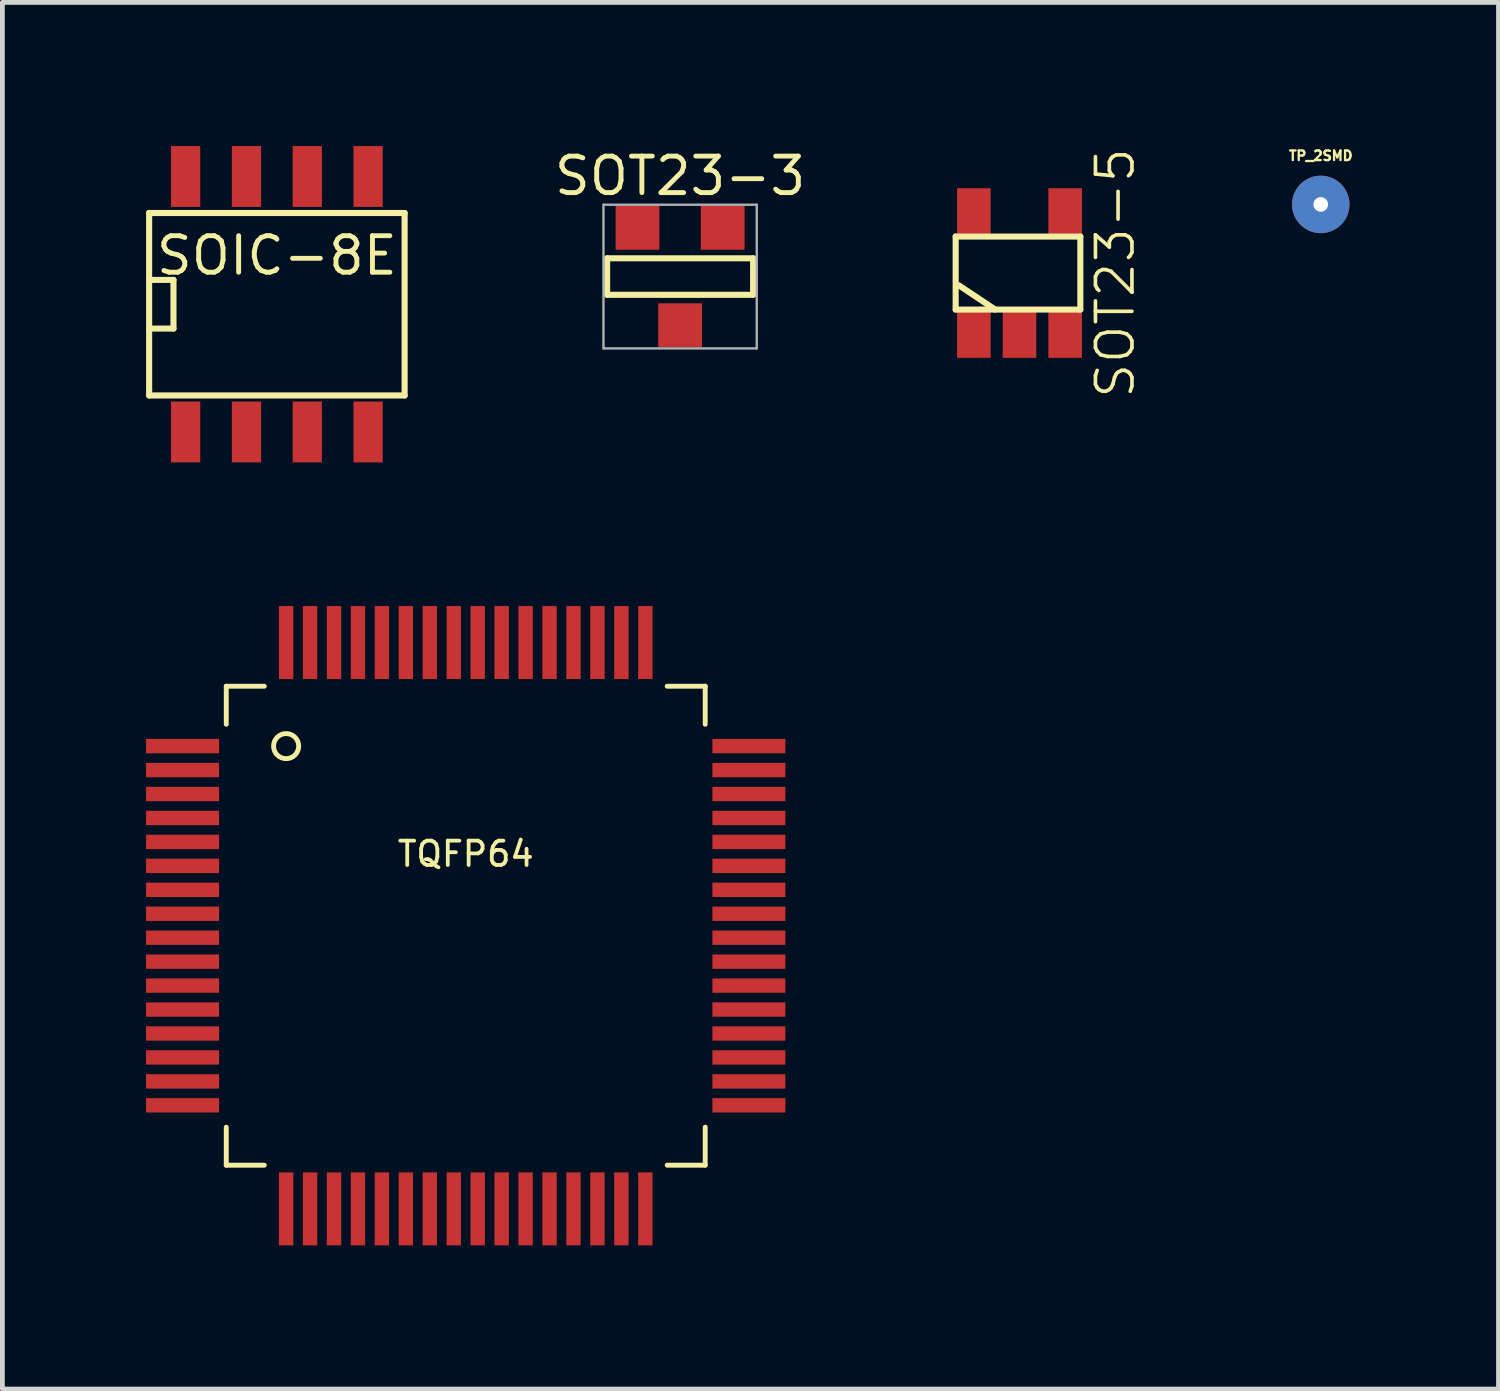
<source format=kicad_pcb>
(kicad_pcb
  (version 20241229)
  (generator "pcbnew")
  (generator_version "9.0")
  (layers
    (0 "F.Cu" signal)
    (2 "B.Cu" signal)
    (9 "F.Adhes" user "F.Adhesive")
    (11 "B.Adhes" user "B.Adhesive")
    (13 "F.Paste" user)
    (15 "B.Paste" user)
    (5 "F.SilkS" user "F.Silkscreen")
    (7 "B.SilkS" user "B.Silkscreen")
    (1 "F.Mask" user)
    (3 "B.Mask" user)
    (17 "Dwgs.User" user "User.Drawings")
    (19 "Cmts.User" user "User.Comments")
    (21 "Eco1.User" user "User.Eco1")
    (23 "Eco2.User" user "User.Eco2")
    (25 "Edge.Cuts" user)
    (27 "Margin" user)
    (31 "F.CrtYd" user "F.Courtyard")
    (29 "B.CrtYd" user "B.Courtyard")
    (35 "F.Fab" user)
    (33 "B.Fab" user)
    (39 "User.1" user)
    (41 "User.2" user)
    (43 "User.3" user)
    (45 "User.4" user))
  (footprint "TQFP64"
    (layer "F.Cu")
    (at 6.674 16.278)
    (property "Reference" "TQFP64" (at 0 -1.499 0) (layer "F.SilkS") (effects (font (size 0.508 0.508) (thickness 0.079))))
    (attr through_hole)
    (fp_line (start -5 -5) (end -5 -4.206) (stroke (width 0.102) (type solid)) (layer "F.SilkS"))
    (fp_line (start -5 5) (end -5 4.206) (stroke (width 0.102) (type solid)) (layer "F.SilkS"))
    (fp_line (start -4.206 -5) (end -5 -5) (stroke (width 0.102) (type solid)) (layer "F.SilkS"))
    (fp_line (start -4.206 5) (end -5 5) (stroke (width 0.102) (type solid)) (layer "F.SilkS"))
    (fp_line (start 4.206 5) (end 5 5) (stroke (width 0.102) (type solid)) (layer "F.SilkS"))
    (fp_line (start 5 -5) (end 4.206 -5) (stroke (width 0.102) (type solid)) (layer "F.SilkS"))
    (fp_line (start 5 -4.206) (end 5 -5) (stroke (width 0.102) (type solid)) (layer "F.SilkS"))
    (fp_line (start 5 5) (end 5 4.206) (stroke (width 0.102) (type solid)) (layer "F.SilkS"))
    (fp_circle (center -3.75 -3.75) (end -4.003 -3.818) (stroke (width 0.102) (type solid)) (fill no) (layer "F.SilkS"))
    (pad "1" smd rect (at -5.912 -3.75 90) (size 0.3 1.524) (layers "F.Cu" "F.Mask" "F.Paste"))
    (pad "2" smd rect (at -5.912 -3.25 90) (size 0.3 1.524) (layers "F.Cu" "F.Mask" "F.Paste"))
    (pad "3" smd rect (at -5.912 -2.75 90) (size 0.3 1.524) (layers "F.Cu" "F.Mask" "F.Paste"))
    (pad "4" smd rect (at -5.912 -2.25 90) (size 0.3 1.524) (layers "F.Cu" "F.Mask" "F.Paste"))
    (pad "5" smd rect (at -5.912 -1.75 90) (size 0.3 1.524) (layers "F.Cu" "F.Mask" "F.Paste"))
    (pad "6" smd rect (at -5.912 -1.25 90) (size 0.3 1.524) (layers "F.Cu" "F.Mask" "F.Paste"))
    (pad "7" smd rect (at -5.912 -0.75 90) (size 0.3 1.524) (layers "F.Cu" "F.Mask" "F.Paste"))
    (pad "8" smd rect (at -5.912 -0.25 90) (size 0.3 1.524) (layers "F.Cu" "F.Mask" "F.Paste"))
    (pad "9" smd rect (at -5.912 0.25 90) (size 0.3 1.524) (layers "F.Cu" "F.Mask" "F.Paste"))
    (pad "10" smd rect (at -5.912 0.75 90) (size 0.3 1.524) (layers "F.Cu" "F.Mask" "F.Paste"))
    (pad "11" smd rect (at -5.912 1.25 90) (size 0.3 1.524) (layers "F.Cu" "F.Mask" "F.Paste"))
    (pad "12" smd rect (at -5.912 1.75 90) (size 0.3 1.524) (layers "F.Cu" "F.Mask" "F.Paste"))
    (pad "13" smd rect (at -5.912 2.25 90) (size 0.3 1.524) (layers "F.Cu" "F.Mask" "F.Paste"))
    (pad "14" smd rect (at -5.912 2.75 90) (size 0.3 1.524) (layers "F.Cu" "F.Mask" "F.Paste"))
    (pad "15" smd rect (at -5.912 3.25 90) (size 0.3 1.524) (layers "F.Cu" "F.Mask" "F.Paste"))
    (pad "16" smd rect (at -5.912 3.75 90) (size 0.3 1.524) (layers "F.Cu" "F.Mask" "F.Paste"))
    (pad "17" smd rect (at -3.75 5.912) (size 0.3 1.524) (layers "F.Cu" "F.Mask" "F.Paste"))
    (pad "18" smd rect (at -3.25 5.912) (size 0.3 1.524) (layers "F.Cu" "F.Mask" "F.Paste"))
    (pad "19" smd rect (at -2.75 5.912) (size 0.3 1.524) (layers "F.Cu" "F.Mask" "F.Paste"))
    (pad "20" smd rect (at -2.25 5.912) (size 0.3 1.524) (layers "F.Cu" "F.Mask" "F.Paste"))
    (pad "21" smd rect (at -1.75 5.912) (size 0.3 1.524) (layers "F.Cu" "F.Mask" "F.Paste"))
    (pad "22" smd rect (at -1.25 5.912) (size 0.3 1.524) (layers "F.Cu" "F.Mask" "F.Paste"))
    (pad "23" smd rect (at -0.75 5.912) (size 0.3 1.524) (layers "F.Cu" "F.Mask" "F.Paste"))
    (pad "24" smd rect (at -0.25 5.912) (size 0.3 1.524) (layers "F.Cu" "F.Mask" "F.Paste"))
    (pad "25" smd rect (at 0.25 5.912) (size 0.3 1.524) (layers "F.Cu" "F.Mask" "F.Paste"))
    (pad "26" smd rect (at 0.75 5.912) (size 0.3 1.524) (layers "F.Cu" "F.Mask" "F.Paste"))
    (pad "27" smd rect (at 1.25 5.912) (size 0.3 1.524) (layers "F.Cu" "F.Mask" "F.Paste"))
    (pad "28" smd rect (at 1.75 5.912) (size 0.3 1.524) (layers "F.Cu" "F.Mask" "F.Paste"))
    (pad "29" smd rect (at 2.25 5.912) (size 0.3 1.524) (layers "F.Cu" "F.Mask" "F.Paste"))
    (pad "30" smd rect (at 2.75 5.912) (size 0.3 1.524) (layers "F.Cu" "F.Mask" "F.Paste"))
    (pad "31" smd rect (at 3.25 5.912) (size 0.3 1.524) (layers "F.Cu" "F.Mask" "F.Paste"))
    (pad "32" smd rect (at 3.75 5.912) (size 0.3 1.524) (layers "F.Cu" "F.Mask" "F.Paste"))
    (pad "33" smd rect (at 5.912 3.75 270) (size 0.3 1.524) (layers "F.Cu" "F.Mask" "F.Paste"))
    (pad "34" smd rect (at 5.912 3.25 270) (size 0.3 1.524) (layers "F.Cu" "F.Mask" "F.Paste"))
    (pad "35" smd rect (at 5.912 2.75 270) (size 0.3 1.524) (layers "F.Cu" "F.Mask" "F.Paste"))
    (pad "36" smd rect (at 5.912 2.25 270) (size 0.3 1.524) (layers "F.Cu" "F.Mask" "F.Paste"))
    (pad "37" smd rect (at 5.912 1.75 270) (size 0.3 1.524) (layers "F.Cu" "F.Mask" "F.Paste"))
    (pad "38" smd rect (at 5.912 1.25 270) (size 0.3 1.524) (layers "F.Cu" "F.Mask" "F.Paste"))
    (pad "39" smd rect (at 5.912 0.75 270) (size 0.3 1.524) (layers "F.Cu" "F.Mask" "F.Paste"))
    (pad "40" smd rect (at 5.912 0.25 270) (size 0.3 1.524) (layers "F.Cu" "F.Mask" "F.Paste"))
    (pad "41" smd rect (at 5.912 -0.25 270) (size 0.3 1.524) (layers "F.Cu" "F.Mask" "F.Paste"))
    (pad "42" smd rect (at 5.912 -0.75 270) (size 0.3 1.524) (layers "F.Cu" "F.Mask" "F.Paste"))
    (pad "43" smd rect (at 5.912 -1.25 270) (size 0.3 1.524) (layers "F.Cu" "F.Mask" "F.Paste"))
    (pad "44" smd rect (at 5.912 -1.75 270) (size 0.3 1.524) (layers "F.Cu" "F.Mask" "F.Paste"))
    (pad "45" smd rect (at 5.912 -2.25 270) (size 0.3 1.524) (layers "F.Cu" "F.Mask" "F.Paste"))
    (pad "46" smd rect (at 5.912 -2.75 270) (size 0.3 1.524) (layers "F.Cu" "F.Mask" "F.Paste"))
    (pad "47" smd rect (at 5.912 -3.25 270) (size 0.3 1.524) (layers "F.Cu" "F.Mask" "F.Paste"))
    (pad "48" smd rect (at 5.912 -3.75 270) (size 0.3 1.524) (layers "F.Cu" "F.Mask" "F.Paste"))
    (pad "49" smd rect (at 3.75 -5.912 180) (size 0.3 1.524) (layers "F.Cu" "F.Mask" "F.Paste"))
    (pad "50" smd rect (at 3.25 -5.912 180) (size 0.3 1.524) (layers "F.Cu" "F.Mask" "F.Paste"))
    (pad "51" smd rect (at 2.75 -5.912 180) (size 0.3 1.524) (layers "F.Cu" "F.Mask" "F.Paste"))
    (pad "52" smd rect (at 2.25 -5.912 180) (size 0.3 1.524) (layers "F.Cu" "F.Mask" "F.Paste"))
    (pad "53" smd rect (at 1.75 -5.912 180) (size 0.3 1.524) (layers "F.Cu" "F.Mask" "F.Paste"))
    (pad "54" smd rect (at 1.25 -5.912 180) (size 0.3 1.524) (layers "F.Cu" "F.Mask" "F.Paste"))
    (pad "55" smd rect (at 0.75 -5.912 180) (size 0.3 1.524) (layers "F.Cu" "F.Mask" "F.Paste"))
    (pad "56" smd rect (at 0.25 -5.912 180) (size 0.3 1.524) (layers "F.Cu" "F.Mask" "F.Paste"))
    (pad "57" smd rect (at -0.25 -5.912 180) (size 0.3 1.524) (layers "F.Cu" "F.Mask" "F.Paste"))
    (pad "58" smd rect (at -0.75 -5.912 180) (size 0.3 1.524) (layers "F.Cu" "F.Mask" "F.Paste"))
    (pad "59" smd rect (at -1.25 -5.912 180) (size 0.3 1.524) (layers "F.Cu" "F.Mask" "F.Paste"))
    (pad "60" smd rect (at -1.75 -5.912 180) (size 0.3 1.524) (layers "F.Cu" "F.Mask" "F.Paste"))
    (pad "61" smd rect (at -2.25 -5.912 180) (size 0.3 1.524) (layers "F.Cu" "F.Mask" "F.Paste"))
    (pad "62" smd rect (at -2.75 -5.912 180) (size 0.3 1.524) (layers "F.Cu" "F.Mask" "F.Paste"))
    (pad "63" smd rect (at -3.25 -5.912 180) (size 0.3 1.524) (layers "F.Cu" "F.Mask" "F.Paste"))
    (pad "64" smd rect (at -3.75 -5.912 180) (size 0.3 1.524) (layers "F.Cu" "F.Mask" "F.Paste")))
  (footprint "SOT23-3"
    (layer "F.Cu")
    (at 11.15 2.724)
    (property "Reference" "SOT23-3" (at 0 -2.1 0) (layer "F.SilkS") (effects (font (size 0.762 0.762) (thickness 0.102))))
    (attr smd)
    (fp_line (start -1.524 -0.381) (end 1.524 -0.381) (stroke (width 0.127) (type solid)) (layer "F.SilkS"))
    (fp_line (start -1.524 0.381) (end -1.524 -0.381) (stroke (width 0.127) (type solid)) (layer "F.SilkS"))
    (fp_line (start 1.524 -0.381) (end 1.524 0.381) (stroke (width 0.127) (type solid)) (layer "F.SilkS"))
    (fp_line (start 1.524 0.381) (end -1.524 0.381) (stroke (width 0.127) (type solid)) (layer "F.SilkS"))
    (fp_line (start -1.6 -1.5) (end 1.6 -1.5) (stroke (width 0.05) (type solid)) (layer "F.Fab"))
    (fp_line (start -1.6 1.5) (end -1.6 -1.5) (stroke (width 0.05) (type solid)) (layer "F.Fab"))
    (fp_line (start 1.6 -1.5) (end 1.6 1.5) (stroke (width 0.05) (type solid)) (layer "F.Fab"))
    (fp_line (start 1.6 1.5) (end -1.6 1.5) (stroke (width 0.05) (type solid)) (layer "F.Fab"))
    (pad "1" smd rect (at 0.889 -1.016) (size 0.914 0.914) (layers "F.Cu" "F.Mask" "F.Paste"))
    (pad "2" smd rect (at -0.889 -1.016) (size 0.914 0.914) (layers "F.Cu" "F.Mask" "F.Paste"))
    (pad "3" smd rect (at 0 1.016) (size 0.914 0.914) (layers "F.Cu" "F.Mask" "F.Paste")))
  (footprint "SOT23-5"
    (layer "F.Cu")
    (at 18.236 2.651)
    (property "Reference" "SOT23-5" (at 1.999 0 90) (layer "F.SilkS") (effects (font (size 0.762 0.762) (thickness 0.076))))
    (attr through_hole)
    (fp_line (start -1.333 -0.762) (end 1.27 -0.762) (stroke (width 0.127) (type solid)) (layer "F.SilkS"))
    (fp_line (start -1.333 0.762) (end -1.333 -0.762) (stroke (width 0.127) (type solid)) (layer "F.SilkS"))
    (fp_line (start -0.508 0.762) (end -1.27 0.254) (stroke (width 0.127) (type solid)) (layer "F.SilkS"))
    (fp_line (start 1.27 -0.762) (end 1.27 0.762) (stroke (width 0.127) (type solid)) (layer "F.SilkS"))
    (fp_line (start 1.27 0.762) (end -1.333 0.762) (stroke (width 0.127) (type solid)) (layer "F.SilkS"))
    (pad "1" smd rect (at -0.953 1.27) (size 0.701 1.001) (layers "F.Cu" "F.Mask" "F.Paste"))
    (pad "2" smd rect (at 0 1.27) (size 0.701 1.001) (layers "F.Cu" "F.Mask" "F.Paste"))
    (pad "3" smd rect (at 0.953 1.27) (size 0.701 1.001) (layers "F.Cu" "F.Mask" "F.Paste"))
    (pad "4" smd rect (at 0.953 -1.27) (size 0.701 1.001) (layers "F.Cu" "F.Mask" "F.Paste"))
    (pad "5" smd rect (at -0.953 -1.27) (size 0.701 1.001) (layers "F.Cu" "F.Mask" "F.Paste")))
  (footprint "TP_2SMD"
    (layer "F.Cu")
    (at 24.526 1.218)
    (property "Reference" "TP_2SMD" (at 0 -1.016 0) (layer "F.SilkS") (effects (font (size 0.201 0.201) (thickness 0.048))))
    (attr through_hole)
    (pad "1" thru_hole circle (at 0 0) (size 1.2 1.2) (drill 0.305) (layers "*.Cu" "*.Mask")))
  (footprint "SOIC-8E"
    (layer "F.Cu")
    (at 2.731 3.302)
    (property "Reference" "SOIC-8E" (at 0 -1.016 0) (layer "F.SilkS") (effects (font (size 0.762 0.762) (thickness 0.102))))
    (attr smd)
    (fp_line (start -2.667 -1.905) (end -2.667 1.778) (stroke (width 0.127) (type solid)) (layer "F.SilkS"))
    (fp_line (start -2.667 -0.508) (end -2.159 -0.508) (stroke (width 0.127) (type solid)) (layer "F.SilkS"))
    (fp_line (start -2.667 1.778) (end -2.667 1.905) (stroke (width 0.127) (type solid)) (layer "F.SilkS"))
    (fp_line (start -2.667 1.905) (end 2.667 1.905) (stroke (width 0.127) (type solid)) (layer "F.SilkS"))
    (fp_line (start -2.159 -0.508) (end -2.159 0.508) (stroke (width 0.127) (type solid)) (layer "F.SilkS"))
    (fp_line (start -2.159 0.508) (end -2.667 0.508) (stroke (width 0.127) (type solid)) (layer "F.SilkS"))
    (fp_line (start 2.667 -1.905) (end -2.667 -1.905) (stroke (width 0.127) (type solid)) (layer "F.SilkS"))
    (fp_line (start 2.667 -1.905) (end 2.667 1.905) (stroke (width 0.127) (type solid)) (layer "F.SilkS"))
    (pad "1" smd rect (at -1.905 2.667) (size 0.61 1.27) (layers "F.Cu" "F.Mask" "F.Paste"))
    (pad "2" smd rect (at -0.635 2.667) (size 0.61 1.27) (layers "F.Cu" "F.Mask" "F.Paste"))
    (pad "3" smd rect (at 0.635 2.667) (size 0.61 1.27) (layers "F.Cu" "F.Mask" "F.Paste"))
    (pad "4" smd rect (at 1.905 2.667) (size 0.61 1.27) (layers "F.Cu" "F.Mask" "F.Paste"))
    (pad "5" smd rect (at 1.905 -2.667) (size 0.61 1.27) (layers "F.Cu" "F.Mask" "F.Paste"))
    (pad "6" smd rect (at 0.635 -2.667) (size 0.61 1.27) (layers "F.Cu" "F.Mask" "F.Paste"))
    (pad "7" smd rect (at -0.635 -2.667) (size 0.61 1.27) (layers "F.Cu" "F.Mask" "F.Paste"))
    (pad "8" smd rect (at -1.905 -2.667) (size 0.61 1.27) (layers "F.Cu" "F.Mask" "F.Paste")))
  (gr_rect
    (start -3 -3)
    (end 28.237 25.952)
    (stroke (width 0.1) (type default))
    (fill no)
    (layer "Edge.Cuts")))
</source>
